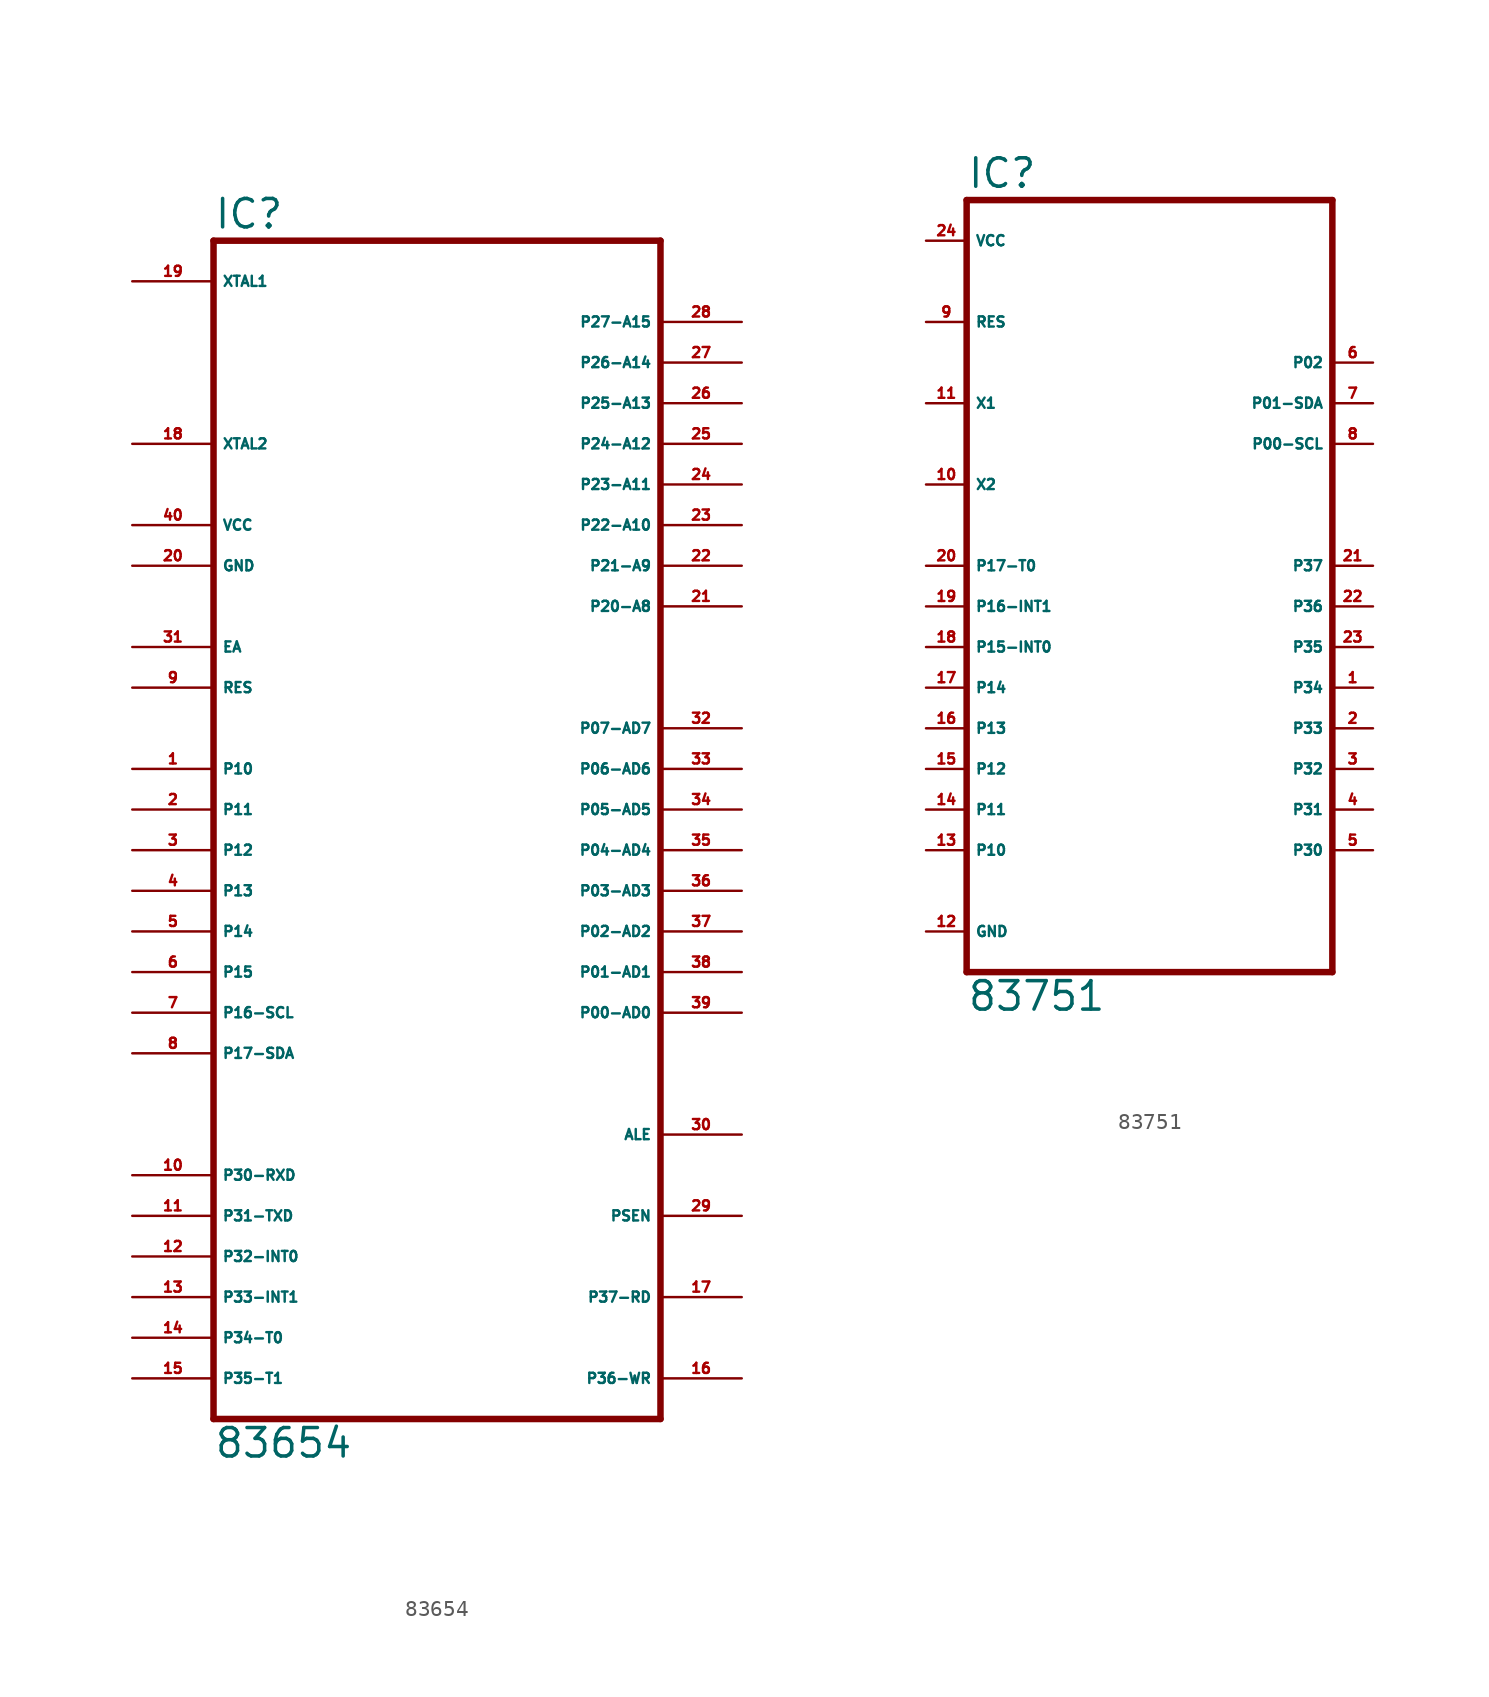
<source format=kicad_sym>
(kicad_symbol_lib
  (version 20220914)
  (generator Eagle2Kicad)
  (symbol "83654"
    (property "Reference" "IC"
      (at -12.7 33.655 0)
      (effects (font (size 1.778 1.778) (thickness 0.22)) (justify left bottom)))
    (property "Value" "83654"
      (at -12.7 -43.18 0)
      (effects (font (size 1.778 1.778) (thickness 0.22)) (justify left bottom)))
    (polyline
      (pts (xy 15.24 33.02) (xy 15.24 -40.64))
      (stroke (width 0.406) (type default))
      (fill (type none)))
    (polyline
      (pts (xy -12.7 -40.64) (xy 15.24 -40.64))
      (stroke (width 0.406) (type default))
      (fill (type none)))
    (polyline
      (pts (xy -12.7 -40.64) (xy -12.7 33.02))
      (stroke (width 0.406) (type default))
      (fill (type none)))
    (polyline
      (pts (xy 15.24 33.02) (xy -12.7 33.02))
      (stroke (width 0.406) (type default))
      (fill (type none)))
    (pin input line
      (at -17.78 20.32 0)
      (length 5.08)
      (name "XTAL2" (effects (font (size 0.635 0.635) (thickness 0.08)) (justify left bottom)))
      (number "18" (effects (font (size 0.635 0.635) (thickness 0.08)) (justify left bottom))))
    (pin input line
      (at -17.78 30.48 0)
      (length 5.08)
      (name "XTAL1" (effects (font (size 0.635 0.635) (thickness 0.08)) (justify left bottom)))
      (number "19" (effects (font (size 0.635 0.635) (thickness 0.08)) (justify left bottom))))
    (pin input line
      (at -17.78 7.62 0)
      (length 5.08)
      (name "EA" (effects (font (size 0.635 0.635) (thickness 0.08)) (justify left bottom)))
      (number "31" (effects (font (size 0.635 0.635) (thickness 0.08)) (justify left bottom))))
    (pin bidirectional line
      (at 20.32 27.94 180)
      (length 5.08)
      (name "P27-A15" (effects (font (size 0.635 0.635) (thickness 0.08)) (justify left bottom)))
      (number "28" (effects (font (size 0.635 0.635) (thickness 0.08)) (justify left bottom))))
    (pin bidirectional line
      (at 20.32 25.4 180)
      (length 5.08)
      (name "P26-A14" (effects (font (size 0.635 0.635) (thickness 0.08)) (justify left bottom)))
      (number "27" (effects (font (size 0.635 0.635) (thickness 0.08)) (justify left bottom))))
    (pin bidirectional line
      (at 20.32 22.86 180)
      (length 5.08)
      (name "P25-A13" (effects (font (size 0.635 0.635) (thickness 0.08)) (justify left bottom)))
      (number "26" (effects (font (size 0.635 0.635) (thickness 0.08)) (justify left bottom))))
    (pin bidirectional line
      (at 20.32 20.32 180)
      (length 5.08)
      (name "P24-A12" (effects (font (size 0.635 0.635) (thickness 0.08)) (justify left bottom)))
      (number "25" (effects (font (size 0.635 0.635) (thickness 0.08)) (justify left bottom))))
    (pin bidirectional line
      (at 20.32 17.78 180)
      (length 5.08)
      (name "P23-A11" (effects (font (size 0.635 0.635) (thickness 0.08)) (justify left bottom)))
      (number "24" (effects (font (size 0.635 0.635) (thickness 0.08)) (justify left bottom))))
    (pin bidirectional line
      (at 20.32 15.24 180)
      (length 5.08)
      (name "P22-A10" (effects (font (size 0.635 0.635) (thickness 0.08)) (justify left bottom)))
      (number "23" (effects (font (size 0.635 0.635) (thickness 0.08)) (justify left bottom))))
    (pin bidirectional line
      (at 20.32 12.7 180)
      (length 5.08)
      (name "P21-A9" (effects (font (size 0.635 0.635) (thickness 0.08)) (justify left bottom)))
      (number "22" (effects (font (size 0.635 0.635) (thickness 0.08)) (justify left bottom))))
    (pin bidirectional line
      (at 20.32 10.16 180)
      (length 5.08)
      (name "P20-A8" (effects (font (size 0.635 0.635) (thickness 0.08)) (justify left bottom)))
      (number "21" (effects (font (size 0.635 0.635) (thickness 0.08)) (justify left bottom))))
    (pin bidirectional line
      (at 20.32 2.54 180)
      (length 5.08)
      (name "P07-AD7" (effects (font (size 0.635 0.635) (thickness 0.08)) (justify left bottom)))
      (number "32" (effects (font (size 0.635 0.635) (thickness 0.08)) (justify left bottom))))
    (pin bidirectional line
      (at 20.32 0 180)
      (length 5.08)
      (name "P06-AD6" (effects (font (size 0.635 0.635) (thickness 0.08)) (justify left bottom)))
      (number "33" (effects (font (size 0.635 0.635) (thickness 0.08)) (justify left bottom))))
    (pin bidirectional line
      (at 20.32 -2.54 180)
      (length 5.08)
      (name "P05-AD5" (effects (font (size 0.635 0.635) (thickness 0.08)) (justify left bottom)))
      (number "34" (effects (font (size 0.635 0.635) (thickness 0.08)) (justify left bottom))))
    (pin bidirectional line
      (at 20.32 -5.08 180)
      (length 5.08)
      (name "P04-AD4" (effects (font (size 0.635 0.635) (thickness 0.08)) (justify left bottom)))
      (number "35" (effects (font (size 0.635 0.635) (thickness 0.08)) (justify left bottom))))
    (pin bidirectional line
      (at 20.32 -7.62 180)
      (length 5.08)
      (name "P03-AD3" (effects (font (size 0.635 0.635) (thickness 0.08)) (justify left bottom)))
      (number "36" (effects (font (size 0.635 0.635) (thickness 0.08)) (justify left bottom))))
    (pin bidirectional line
      (at 20.32 -10.16 180)
      (length 5.08)
      (name "P02-AD2" (effects (font (size 0.635 0.635) (thickness 0.08)) (justify left bottom)))
      (number "37" (effects (font (size 0.635 0.635) (thickness 0.08)) (justify left bottom))))
    (pin bidirectional line
      (at 20.32 -12.7 180)
      (length 5.08)
      (name "P01-AD1" (effects (font (size 0.635 0.635) (thickness 0.08)) (justify left bottom)))
      (number "38" (effects (font (size 0.635 0.635) (thickness 0.08)) (justify left bottom))))
    (pin bidirectional line
      (at 20.32 -15.24 180)
      (length 5.08)
      (name "P00-AD0" (effects (font (size 0.635 0.635) (thickness 0.08)) (justify left bottom)))
      (number "39" (effects (font (size 0.635 0.635) (thickness 0.08)) (justify left bottom))))
    (pin output line
      (at 20.32 -22.86 180)
      (length 5.08)
      (name "ALE" (effects (font (size 0.635 0.635) (thickness 0.08)) (justify left bottom)))
      (number "30" (effects (font (size 0.635 0.635) (thickness 0.08)) (justify left bottom))))
    (pin output line
      (at 20.32 -27.94 180)
      (length 5.08)
      (name "PSEN" (effects (font (size 0.635 0.635) (thickness 0.08)) (justify left bottom)))
      (number "29" (effects (font (size 0.635 0.635) (thickness 0.08)) (justify left bottom))))
    (pin bidirectional line
      (at 20.32 -33.02 180)
      (length 5.08)
      (name "P37-RD" (effects (font (size 0.635 0.635) (thickness 0.08)) (justify left bottom)))
      (number "17" (effects (font (size 0.635 0.635) (thickness 0.08)) (justify left bottom))))
    (pin bidirectional line
      (at 20.32 -38.1 180)
      (length 5.08)
      (name "P36-WR" (effects (font (size 0.635 0.635) (thickness 0.08)) (justify left bottom)))
      (number "16" (effects (font (size 0.635 0.635) (thickness 0.08)) (justify left bottom))))
    (pin unspecified line
      (at -17.78 15.24 0)
      (length 5.08)
      (name "VCC" (effects (font (size 0.635 0.635) (thickness 0.08)) (justify left bottom)))
      (number "40" (effects (font (size 0.635 0.635) (thickness 0.08)) (justify left bottom))))
    (pin unspecified line
      (at -17.78 12.7 0)
      (length 5.08)
      (name "GND" (effects (font (size 0.635 0.635) (thickness 0.08)) (justify left bottom)))
      (number "20" (effects (font (size 0.635 0.635) (thickness 0.08)) (justify left bottom))))
    (pin bidirectional line
      (at -17.78 -2.54 0)
      (length 5.08)
      (name "P11" (effects (font (size 0.635 0.635) (thickness 0.08)) (justify left bottom)))
      (number "2" (effects (font (size 0.635 0.635) (thickness 0.08)) (justify left bottom))))
    (pin input line
      (at -17.78 5.08 0)
      (length 5.08)
      (name "RES" (effects (font (size 0.635 0.635) (thickness 0.08)) (justify left bottom)))
      (number "9" (effects (font (size 0.635 0.635) (thickness 0.08)) (justify left bottom))))
    (pin bidirectional line
      (at -17.78 -7.62 0)
      (length 5.08)
      (name "P13" (effects (font (size 0.635 0.635) (thickness 0.08)) (justify left bottom)))
      (number "4" (effects (font (size 0.635 0.635) (thickness 0.08)) (justify left bottom))))
    (pin bidirectional line
      (at -17.78 -10.16 0)
      (length 5.08)
      (name "P14" (effects (font (size 0.635 0.635) (thickness 0.08)) (justify left bottom)))
      (number "5" (effects (font (size 0.635 0.635) (thickness 0.08)) (justify left bottom))))
    (pin bidirectional line
      (at -17.78 -12.7 0)
      (length 5.08)
      (name "P15" (effects (font (size 0.635 0.635) (thickness 0.08)) (justify left bottom)))
      (number "6" (effects (font (size 0.635 0.635) (thickness 0.08)) (justify left bottom))))
    (pin bidirectional line
      (at -17.78 -15.24 0)
      (length 5.08)
      (name "P16-SCL" (effects (font (size 0.635 0.635) (thickness 0.08)) (justify left bottom)))
      (number "7" (effects (font (size 0.635 0.635) (thickness 0.08)) (justify left bottom))))
    (pin bidirectional line
      (at -17.78 -17.78 0)
      (length 5.08)
      (name "P17-SDA" (effects (font (size 0.635 0.635) (thickness 0.08)) (justify left bottom)))
      (number "8" (effects (font (size 0.635 0.635) (thickness 0.08)) (justify left bottom))))
    (pin bidirectional line
      (at -17.78 -25.4 0)
      (length 5.08)
      (name "P30-RXD" (effects (font (size 0.635 0.635) (thickness 0.08)) (justify left bottom)))
      (number "10" (effects (font (size 0.635 0.635) (thickness 0.08)) (justify left bottom))))
    (pin bidirectional line
      (at -17.78 -27.94 0)
      (length 5.08)
      (name "P31-TXD" (effects (font (size 0.635 0.635) (thickness 0.08)) (justify left bottom)))
      (number "11" (effects (font (size 0.635 0.635) (thickness 0.08)) (justify left bottom))))
    (pin bidirectional line
      (at -17.78 -30.48 0)
      (length 5.08)
      (name "P32-INT0" (effects (font (size 0.635 0.635) (thickness 0.08)) (justify left bottom)))
      (number "12" (effects (font (size 0.635 0.635) (thickness 0.08)) (justify left bottom))))
    (pin bidirectional line
      (at -17.78 -33.02 0)
      (length 5.08)
      (name "P33-INT1" (effects (font (size 0.635 0.635) (thickness 0.08)) (justify left bottom)))
      (number "13" (effects (font (size 0.635 0.635) (thickness 0.08)) (justify left bottom))))
    (pin bidirectional line
      (at -17.78 -35.56 0)
      (length 5.08)
      (name "P34-T0" (effects (font (size 0.635 0.635) (thickness 0.08)) (justify left bottom)))
      (number "14" (effects (font (size 0.635 0.635) (thickness 0.08)) (justify left bottom))))
    (pin bidirectional line
      (at -17.78 -38.1 0)
      (length 5.08)
      (name "P35-T1" (effects (font (size 0.635 0.635) (thickness 0.08)) (justify left bottom)))
      (number "15" (effects (font (size 0.635 0.635) (thickness 0.08)) (justify left bottom))))
    (pin bidirectional line
      (at -17.78 -5.08 0)
      (length 5.08)
      (name "P12" (effects (font (size 0.635 0.635) (thickness 0.08)) (justify left bottom)))
      (number "3" (effects (font (size 0.635 0.635) (thickness 0.08)) (justify left bottom))))
    (pin bidirectional line
      (at -17.78 0 0)
      (length 5.08)
      (name "P10" (effects (font (size 0.635 0.635) (thickness 0.08)) (justify left bottom)))
      (number "1" (effects (font (size 0.635 0.635) (thickness 0.08)) (justify left bottom)))))
  (symbol "83751"
    (property "Reference" "IC"
      (at -12.7 20.955 0)
      (effects (font (size 1.778 1.778) (thickness 0.22)) (justify left bottom)))
    (property "Value" "83751"
      (at -12.7 -30.48 0)
      (effects (font (size 1.778 1.778) (thickness 0.22)) (justify left bottom)))
    (polyline
      (pts (xy 10.16 20.32) (xy 10.16 -27.94))
      (stroke (width 0.406) (type default))
      (fill (type none)))
    (polyline
      (pts (xy -12.7 -27.94) (xy 10.16 -27.94))
      (stroke (width 0.406) (type default))
      (fill (type none)))
    (polyline
      (pts (xy -12.7 -27.94) (xy -12.7 20.32))
      (stroke (width 0.406) (type default))
      (fill (type none)))
    (polyline
      (pts (xy 10.16 20.32) (xy -12.7 20.32))
      (stroke (width 0.406) (type default))
      (fill (type none)))
    (pin input line
      (at -15.24 2.54 0)
      (length 2.54)
      (name "X2" (effects (font (size 0.635 0.635) (thickness 0.08)) (justify left bottom)))
      (number "10" (effects (font (size 0.635 0.635) (thickness 0.08)) (justify left bottom))))
    (pin input line
      (at -15.24 7.62 0)
      (length 2.54)
      (name "X1" (effects (font (size 0.635 0.635) (thickness 0.08)) (justify left bottom)))
      (number "11" (effects (font (size 0.635 0.635) (thickness 0.08)) (justify left bottom))))
    (pin bidirectional line
      (at 12.7 10.16 180)
      (length 2.54)
      (name "P02" (effects (font (size 0.635 0.635) (thickness 0.08)) (justify left bottom)))
      (number "6" (effects (font (size 0.635 0.635) (thickness 0.08)) (justify left bottom))))
    (pin bidirectional line
      (at 12.7 7.62 180)
      (length 2.54)
      (name "P01-SDA" (effects (font (size 0.635 0.635) (thickness 0.08)) (justify left bottom)))
      (number "7" (effects (font (size 0.635 0.635) (thickness 0.08)) (justify left bottom))))
    (pin bidirectional line
      (at 12.7 5.08 180)
      (length 2.54)
      (name "P00-SCL" (effects (font (size 0.635 0.635) (thickness 0.08)) (justify left bottom)))
      (number "8" (effects (font (size 0.635 0.635) (thickness 0.08)) (justify left bottom))))
    (pin bidirectional line
      (at 12.7 -2.54 180)
      (length 2.54)
      (name "P37" (effects (font (size 0.635 0.635) (thickness 0.08)) (justify left bottom)))
      (number "21" (effects (font (size 0.635 0.635) (thickness 0.08)) (justify left bottom))))
    (pin bidirectional line
      (at 12.7 -5.08 180)
      (length 2.54)
      (name "P36" (effects (font (size 0.635 0.635) (thickness 0.08)) (justify left bottom)))
      (number "22" (effects (font (size 0.635 0.635) (thickness 0.08)) (justify left bottom))))
    (pin unspecified line
      (at -15.24 17.78 0)
      (length 2.54)
      (name "VCC" (effects (font (size 0.635 0.635) (thickness 0.08)) (justify left bottom)))
      (number "24" (effects (font (size 0.635 0.635) (thickness 0.08)) (justify left bottom))))
    (pin unspecified line
      (at -15.24 -25.4 0)
      (length 2.54)
      (name "GND" (effects (font (size 0.635 0.635) (thickness 0.08)) (justify left bottom)))
      (number "12" (effects (font (size 0.635 0.635) (thickness 0.08)) (justify left bottom))))
    (pin bidirectional line
      (at -15.24 -17.78 0)
      (length 2.54)
      (name "P11" (effects (font (size 0.635 0.635) (thickness 0.08)) (justify left bottom)))
      (number "14" (effects (font (size 0.635 0.635) (thickness 0.08)) (justify left bottom))))
    (pin input line
      (at -15.24 12.7 0)
      (length 2.54)
      (name "RES" (effects (font (size 0.635 0.635) (thickness 0.08)) (justify left bottom)))
      (number "9" (effects (font (size 0.635 0.635) (thickness 0.08)) (justify left bottom))))
    (pin bidirectional line
      (at -15.24 -12.7 0)
      (length 2.54)
      (name "P13" (effects (font (size 0.635 0.635) (thickness 0.08)) (justify left bottom)))
      (number "16" (effects (font (size 0.635 0.635) (thickness 0.08)) (justify left bottom))))
    (pin bidirectional line
      (at -15.24 -10.16 0)
      (length 2.54)
      (name "P14" (effects (font (size 0.635 0.635) (thickness 0.08)) (justify left bottom)))
      (number "17" (effects (font (size 0.635 0.635) (thickness 0.08)) (justify left bottom))))
    (pin bidirectional line
      (at -15.24 -7.62 0)
      (length 2.54)
      (name "P15-INT0" (effects (font (size 0.635 0.635) (thickness 0.08)) (justify left bottom)))
      (number "18" (effects (font (size 0.635 0.635) (thickness 0.08)) (justify left bottom))))
    (pin bidirectional line
      (at -15.24 -5.08 0)
      (length 2.54)
      (name "P16-INT1" (effects (font (size 0.635 0.635) (thickness 0.08)) (justify left bottom)))
      (number "19" (effects (font (size 0.635 0.635) (thickness 0.08)) (justify left bottom))))
    (pin bidirectional line
      (at -15.24 -2.54 0)
      (length 2.54)
      (name "P17-T0" (effects (font (size 0.635 0.635) (thickness 0.08)) (justify left bottom)))
      (number "20" (effects (font (size 0.635 0.635) (thickness 0.08)) (justify left bottom))))
    (pin bidirectional line
      (at 12.7 -20.32 180)
      (length 2.54)
      (name "P30" (effects (font (size 0.635 0.635) (thickness 0.08)) (justify left bottom)))
      (number "5" (effects (font (size 0.635 0.635) (thickness 0.08)) (justify left bottom))))
    (pin bidirectional line
      (at 12.7 -17.78 180)
      (length 2.54)
      (name "P31" (effects (font (size 0.635 0.635) (thickness 0.08)) (justify left bottom)))
      (number "4" (effects (font (size 0.635 0.635) (thickness 0.08)) (justify left bottom))))
    (pin bidirectional line
      (at 12.7 -15.24 180)
      (length 2.54)
      (name "P32" (effects (font (size 0.635 0.635) (thickness 0.08)) (justify left bottom)))
      (number "3" (effects (font (size 0.635 0.635) (thickness 0.08)) (justify left bottom))))
    (pin bidirectional line
      (at 12.7 -12.7 180)
      (length 2.54)
      (name "P33" (effects (font (size 0.635 0.635) (thickness 0.08)) (justify left bottom)))
      (number "2" (effects (font (size 0.635 0.635) (thickness 0.08)) (justify left bottom))))
    (pin bidirectional line
      (at 12.7 -10.16 180)
      (length 2.54)
      (name "P34" (effects (font (size 0.635 0.635) (thickness 0.08)) (justify left bottom)))
      (number "1" (effects (font (size 0.635 0.635) (thickness 0.08)) (justify left bottom))))
    (pin bidirectional line
      (at 12.7 -7.62 180)
      (length 2.54)
      (name "P35" (effects (font (size 0.635 0.635) (thickness 0.08)) (justify left bottom)))
      (number "23" (effects (font (size 0.635 0.635) (thickness 0.08)) (justify left bottom))))
    (pin bidirectional line
      (at -15.24 -15.24 0)
      (length 2.54)
      (name "P12" (effects (font (size 0.635 0.635) (thickness 0.08)) (justify left bottom)))
      (number "15" (effects (font (size 0.635 0.635) (thickness 0.08)) (justify left bottom))))
    (pin bidirectional line
      (at -15.24 -20.32 0)
      (length 2.54)
      (name "P10" (effects (font (size 0.635 0.635) (thickness 0.08)) (justify left bottom)))
      (number "13" (effects (font (size 0.635 0.635) (thickness 0.08)) (justify left bottom))))))
</source>
